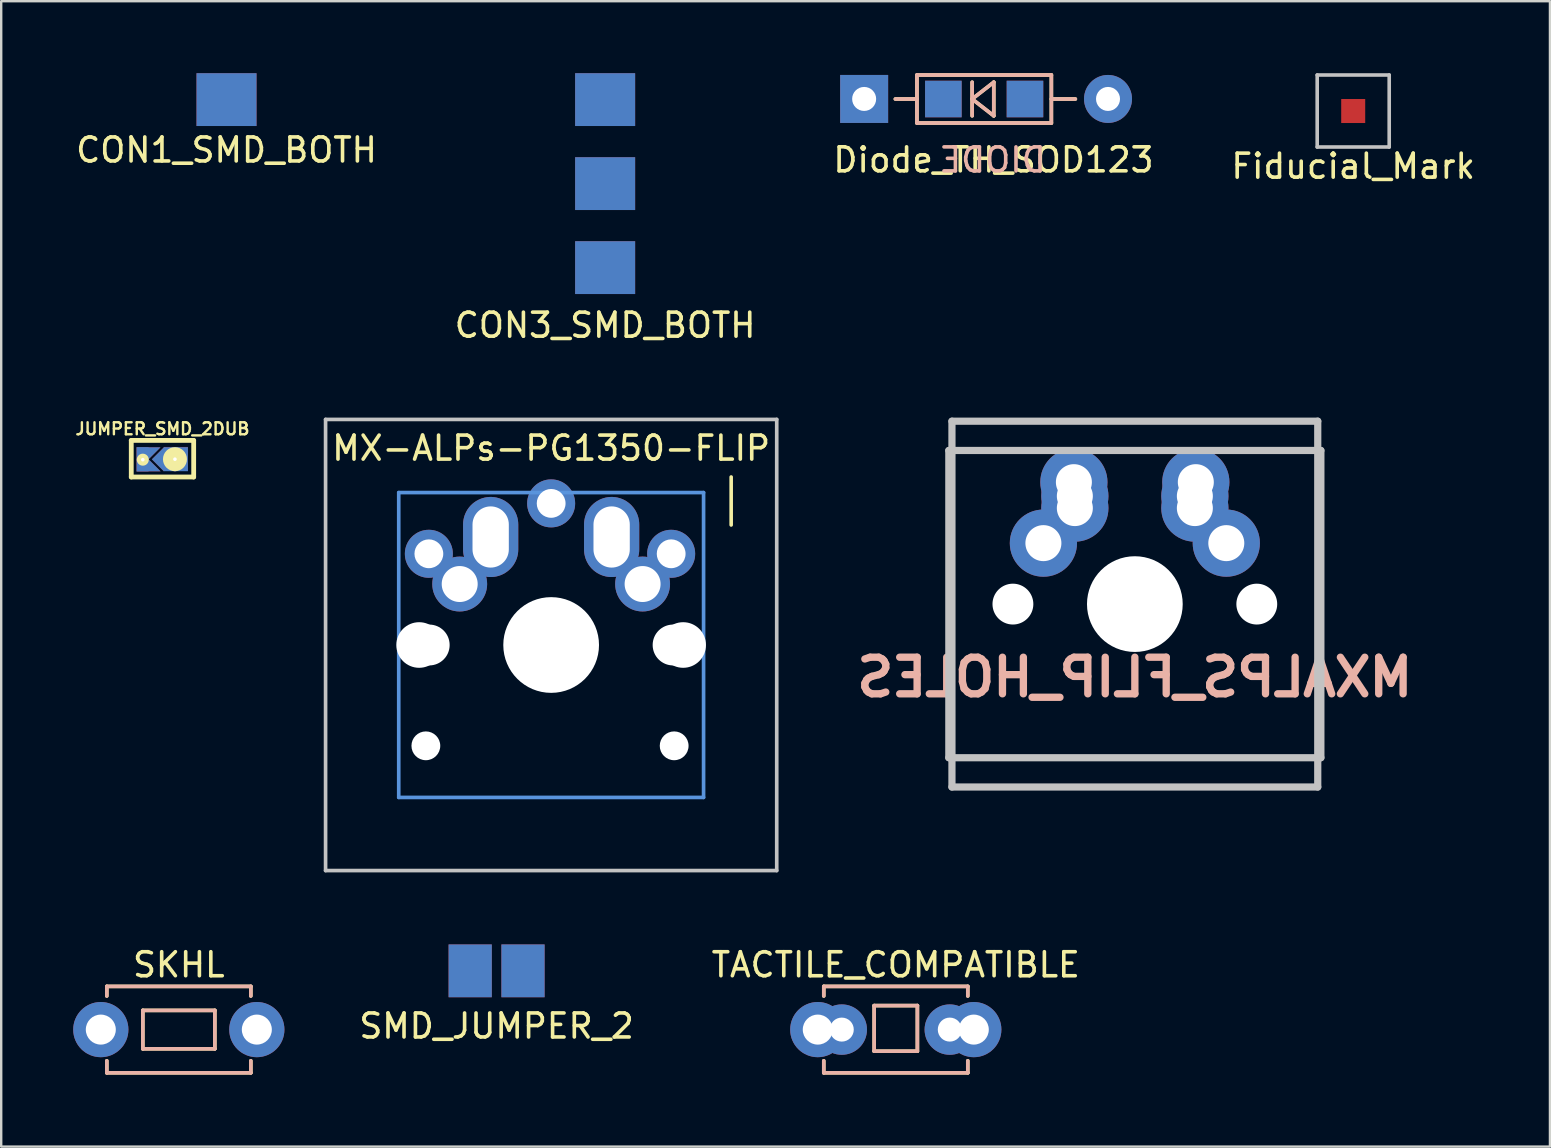
<source format=kicad_pcb>
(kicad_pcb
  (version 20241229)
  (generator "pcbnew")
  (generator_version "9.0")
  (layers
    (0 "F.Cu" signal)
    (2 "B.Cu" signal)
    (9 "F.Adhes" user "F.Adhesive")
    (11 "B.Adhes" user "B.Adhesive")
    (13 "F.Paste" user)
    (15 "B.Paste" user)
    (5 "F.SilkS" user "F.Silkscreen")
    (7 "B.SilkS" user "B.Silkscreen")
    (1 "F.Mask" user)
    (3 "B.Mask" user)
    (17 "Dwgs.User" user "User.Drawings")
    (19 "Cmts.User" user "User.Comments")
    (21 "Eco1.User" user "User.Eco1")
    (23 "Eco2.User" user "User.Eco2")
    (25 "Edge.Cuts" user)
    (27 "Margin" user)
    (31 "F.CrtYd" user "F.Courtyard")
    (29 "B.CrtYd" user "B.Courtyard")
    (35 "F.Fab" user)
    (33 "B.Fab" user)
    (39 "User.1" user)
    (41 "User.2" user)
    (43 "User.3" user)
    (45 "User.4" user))
  (footprint "JUMPER_SMD_2DUB"
    (layer "F.Cu")
    (at 3.719 16.061)
    (property "Reference" "JUMPER_SMD_2DUB" (at 0 -1.245 0) (layer "F.SilkS") (effects (font (size 0.5 0.5) (thickness 0.1))))
    (attr through_hole)
    (fp_line (start -1.3 -0.762) (end 1.3 -0.762) (stroke (width 0.2) (type solid)) (layer "F.SilkS"))
    (fp_line (start -1.3 0.762) (end -1.3 -0.762) (stroke (width 0.2) (type solid)) (layer "F.SilkS"))
    (fp_line (start 1.3 -0.762) (end 1.3 0.762) (stroke (width 0.2) (type solid)) (layer "F.SilkS"))
    (fp_line (start 1.3 0.762) (end -1.3 0.762) (stroke (width 0.2) (type solid)) (layer "F.SilkS"))
    (pad "1" smd rect (at -0.831 0.025 180) (size 0.5 1) (layers "F.Cu" "F.Mask" "F.Paste"))
    (pad "1" smd rect (at -0.831 0.025 180) (size 0.5 1) (layers "F.Mask" "B.Cu" "F.Paste"))
    (pad "1" thru_hole circle (at -0.82 0.04) (size 0.5 0.5) (drill 0.15) (layers "*.Cu" "*.Mask" "F.SilkS"))
    (pad "1" smd trapezoid (at -0.581 -0.225 180) (size 0.5 0.5) (rect_delta 0 0.5) (layers "F.Cu" "F.Mask" "F.Paste"))
    (pad "1" smd trapezoid (at -0.581 -0.225 180) (size 0.5 0.5) (rect_delta 0 0.5) (layers "F.Mask" "B.Cu" "F.Paste"))
    (pad "1" smd trapezoid (at -0.581 0.275) (size 0.5 0.5) (rect_delta 0 0.5) (layers "F.Cu" "F.Mask" "F.Paste"))
    (pad "1" smd trapezoid (at -0.581 0.275) (size 0.5 0.5) (rect_delta 0 0.5) (layers "F.Mask" "B.Cu" "F.Paste"))
    (pad "2" smd rect (at 0.059 0.025 45) (size 0.707 0.707) (layers "F.Cu" "F.Mask" "F.Paste"))
    (pad "2" smd rect (at 0.059 0.025 45) (size 0.707 0.707) (layers "F.Mask" "B.Cu" "F.Paste"))
    (pad "2" thru_hole circle (at 0.52 0.02) (size 1 1) (drill 0.15) (layers "*.Cu" "*.Mask" "F.SilkS"))
    (pad "2" smd rect (at 0.56 0.01) (size 1 1) (layers "F.Cu" "F.Mask" "F.Paste"))
    (pad "2" smd rect (at 0.56 0.02) (size 1 1) (layers "F.Mask" "B.Cu" "F.Paste")))
  (footprint "MX-ALPs-PG1350-FLIP"
    (layer "F.Cu")
    (at 19.912 23.822)
    (property "Reference" "MX-ALPs-PG1350-FLIP" (at 0 -8.2 0) (layer "F.SilkS") (effects (font (size 1 1) (thickness 0.15))))
    (attr through_hole)
    (fp_line (start 7.5 -7) (end 7.5 -5) (stroke (width 0.15) (type solid)) (layer "F.SilkS"))
    (fp_line (start -9.398 -9.398) (end 9.398 -9.398) (stroke (width 0.152) (type solid)) (layer "Dwgs.User"))
    (fp_line (start -9.398 9.398) (end -9.398 -9.398) (stroke (width 0.152) (type solid)) (layer "Dwgs.User"))
    (fp_line (start 9.398 -9.398) (end 9.398 9.398) (stroke (width 0.152) (type solid)) (layer "Dwgs.User"))
    (fp_line (start 9.398 9.398) (end -9.398 9.398) (stroke (width 0.152) (type solid)) (layer "Dwgs.User"))
    (fp_line (start -6.35 -6.35) (end 6.35 -6.35) (stroke (width 0.152) (type solid)) (layer "Cmts.User"))
    (fp_line (start -6.35 6.35) (end -6.35 -6.35) (stroke (width 0.152) (type solid)) (layer "Cmts.User"))
    (fp_line (start 6.35 -6.35) (end 6.35 6.35) (stroke (width 0.152) (type solid)) (layer "Cmts.User"))
    (fp_line (start 6.35 6.35) (end -6.35 6.35) (stroke (width 0.152) (type solid)) (layer "Cmts.User"))
    (fp_line (start -7.5 -7) (end -7.5 -5) (stroke (width 0.15) (type solid)) (layer "Eco1.User"))
    (fp_line (start -7.5 7) (end -7.5 -5) (stroke (width 0.15) (type solid)) (layer "Eco1.User"))
    (fp_line (start -7 -7.5) (end 5 -7.5) (stroke (width 0.15) (type solid)) (layer "Eco1.User"))
    (fp_line (start -7 7.5) (end -5 7.5) (stroke (width 0.15) (type solid)) (layer "Eco1.User"))
    (fp_line (start 7 -7.5) (end 5 -7.5) (stroke (width 0.15) (type solid)) (layer "Eco1.User"))
    (fp_line (start 7 7.5) (end -5 7.5) (stroke (width 0.15) (type solid)) (layer "Eco1.User"))
    (fp_line (start 7.5 7) (end 7.5 -5) (stroke (width 0.15) (type solid)) (layer "Eco1.User"))
    (fp_arc (start -7.5 -7) (mid -7.353553 -7.353553) (end -7 -7.5) (stroke (width 0.15) (type solid)) (layer "Eco1.User"))
    (fp_arc (start -7 7.5) (mid -7.353553 7.353553) (end -7.5 7) (stroke (width 0.15) (type solid)) (layer "Eco1.User"))
    (fp_arc (start 7 -7.5) (mid 7.353553 -7.353553) (end 7.5 -7) (stroke (width 0.15) (type solid)) (layer "Eco1.User"))
    (fp_arc (start 7.5 7) (mid 7.353553 7.353553) (end 7 7.5) (stroke (width 0.15) (type solid)) (layer "Eco1.User"))
    (fp_line (start -7.798 -6.005) (end -6.985 -6.005) (stroke (width 0.152) (type solid)) (layer "Eco2.User"))
    (fp_line (start -7.798 -2.504) (end -7.798 -6.005) (stroke (width 0.152) (type solid)) (layer "Eco2.User"))
    (fp_line (start -7.798 2.504) (end -6.985 2.504) (stroke (width 0.152) (type solid)) (layer "Eco2.User"))
    (fp_line (start -7.798 6.005) (end -7.798 2.504) (stroke (width 0.152) (type solid)) (layer "Eco2.User"))
    (fp_line (start -6.985 -6.985) (end 6.985 -6.985) (stroke (width 0.152) (type solid)) (layer "Eco2.User"))
    (fp_line (start -6.985 -6.005) (end -6.985 -6.985) (stroke (width 0.152) (type solid)) (layer "Eco2.User"))
    (fp_line (start -6.985 -2.504) (end -7.798 -2.504) (stroke (width 0.152) (type solid)) (layer "Eco2.User"))
    (fp_line (start -6.985 2.504) (end -6.985 -2.504) (stroke (width 0.152) (type solid)) (layer "Eco2.User"))
    (fp_line (start -6.985 6.005) (end -7.798 6.005) (stroke (width 0.152) (type solid)) (layer "Eco2.User"))
    (fp_line (start -6.985 6.985) (end -6.985 6.005) (stroke (width 0.152) (type solid)) (layer "Eco2.User"))
    (fp_line (start 6.985 -6.985) (end 6.985 -6.005) (stroke (width 0.152) (type solid)) (layer "Eco2.User"))
    (fp_line (start 6.985 -6.005) (end 7.798 -6.005) (stroke (width 0.152) (type solid)) (layer "Eco2.User"))
    (fp_line (start 6.985 -2.504) (end 6.985 2.504) (stroke (width 0.152) (type solid)) (layer "Eco2.User"))
    (fp_line (start 6.985 2.504) (end 7.798 2.504) (stroke (width 0.152) (type solid)) (layer "Eco2.User"))
    (fp_line (start 6.985 6.005) (end 6.985 6.985) (stroke (width 0.152) (type solid)) (layer "Eco2.User"))
    (fp_line (start 6.985 6.985) (end -6.985 6.985) (stroke (width 0.152) (type solid)) (layer "Eco2.User"))
    (fp_line (start 7.798 -6.005) (end 7.798 -2.504) (stroke (width 0.152) (type solid)) (layer "Eco2.User"))
    (fp_line (start 7.798 -2.504) (end 6.985 -2.504) (stroke (width 0.152) (type solid)) (layer "Eco2.User"))
    (fp_line (start 7.798 2.504) (end 7.798 6.005) (stroke (width 0.152) (type solid)) (layer "Eco2.User"))
    (fp_line (start 7.798 6.005) (end 6.985 6.005) (stroke (width 0.152) (type solid)) (layer "Eco2.User"))
    (pad "" np_thru_hole circle (at -5.5 0 270) (size 1.9 1.9) (drill 1.9) (layers "*.Cu" "*.Mask"))
    (pad "" np_thru_hole circle (at -5.22 4.2 270) (size 1.2 1.2) (drill 1.2) (layers "*.Cu" "*.Mask"))
    (pad "" np_thru_hole circle (at -5.08 0) (size 1.702 1.702) (drill 1.702) (layers "*.Cu" "*.Mask"))
    (pad "" np_thru_hole circle (at 0 0 270) (size 3.4 3.4) (drill 3.4) (layers "*.Cu" "*.Mask"))
    (pad "" np_thru_hole circle (at 0 0) (size 3.988 3.988) (drill 3.988) (layers "*.Cu" "*.Mask"))
    (pad "" np_thru_hole circle (at 5.08 0) (size 1.702 1.702) (drill 1.702) (layers "*.Cu" "*.Mask"))
    (pad "" np_thru_hole circle (at 5.125 4.2 270) (size 1.2 1.2) (drill 1.2) (layers "*.Cu" "*.Mask"))
    (pad "" np_thru_hole circle (at 5.5 0 270) (size 1.9 1.9) (drill 1.9) (layers "*.Cu" "*.Mask"))
    (pad "1" thru_hole circle (at -5.095 -3.8 270) (size 2 2) (drill 1.2) (layers "*.Cu" "*.Mask"))
    (pad "1" thru_hole circle (at -3.81 -2.54) (size 2.286 2.286) (drill 1.499) (layers "*.Cu" "*.Mask"))
    (pad "1" thru_hole oval (at -2.52 -4.5) (size 2.3 3.337) (drill oval 1.513 2.55) (layers "*.Cu" "*.Mask"))
    (pad "2" thru_hole circle (at 0 -5.9 270) (size 2 2) (drill 1.2) (layers "*.Cu" "*.Mask"))
    (pad "2" thru_hole oval (at 2.52 -4.5) (size 2.3 3.337) (drill oval 1.513 2.55) (layers "*.Cu" "*.Mask"))
    (pad "2" thru_hole circle (at 3.81 -2.54) (size 2.286 2.286) (drill 1.499) (layers "*.Cu" "*.Mask"))
    (pad "2" thru_hole circle (at 5 -3.8 270) (size 2 2) (drill 1.2) (layers "*.Cu" "*.Mask")))
  (footprint "CON3_SMD_BOTH"
    (layer "F.Cu")
    (at 22.161 4.6)
    (property "Reference" "CON3_SMD_BOTH" (at 0 5.9 0) (layer "F.SilkS") (effects (font (size 1 1) (thickness 0.15))))
    (attr through_hole)
    (pad "1" smd rect (at 0 -3.5) (size 2.5 2.2) (layers "F.Cu" "F.Mask" "F.Paste"))
    (pad "1" smd rect (at 0 -3.5) (size 2.5 2.2) (layers "B.Cu" "B.Mask" "B.Paste"))
    (pad "2" smd rect (at 0 0) (size 2.5 2.2) (layers "F.Cu" "F.Mask" "F.Paste"))
    (pad "2" smd rect (at 0 0) (size 2.5 2.2) (layers "B.Cu" "B.Mask" "B.Paste"))
    (pad "3" smd rect (at 0 3.5) (size 2.5 2.2) (layers "F.Cu" "F.Mask" "F.Paste"))
    (pad "3" smd rect (at 0 3.5) (size 2.5 2.2) (layers "B.Cu" "B.Mask" "B.Paste")))
  (footprint "TACTILE_COMPATIBLE"
    (layer "F.Cu")
    (at 34.27 39.845)
    (property "Reference" "TACTILE_COMPATIBLE" (at 0 -2.7 0) (layer "F.SilkS") (effects (font (size 1 1) (thickness 0.15))))
    (attr through_hole)
    (fp_line (start -3 -1.8) (end -3 -1.4) (stroke (width 0.15) (type solid)) (layer "F.SilkS"))
    (fp_line (start -3 -1.8) (end 3 -1.8) (stroke (width 0.15) (type solid)) (layer "F.SilkS"))
    (fp_line (start -3 1.8) (end -3 1.3) (stroke (width 0.15) (type solid)) (layer "F.SilkS"))
    (fp_line (start -3 1.8) (end 3 1.8) (stroke (width 0.15) (type solid)) (layer "F.SilkS"))
    (fp_line (start -0.9 -1) (end 0.9 -1) (stroke (width 0.15) (type solid)) (layer "F.SilkS"))
    (fp_line (start -0.9 0.9) (end -0.9 -1) (stroke (width 0.15) (type solid)) (layer "F.SilkS"))
    (fp_line (start 0.9 -1) (end 0.9 0.9) (stroke (width 0.15) (type solid)) (layer "F.SilkS"))
    (fp_line (start 0.9 0.9) (end -0.9 0.9) (stroke (width 0.15) (type solid)) (layer "F.SilkS"))
    (fp_line (start 3 -1.8) (end 3 -1.4) (stroke (width 0.15) (type solid)) (layer "F.SilkS"))
    (fp_line (start 3 1.8) (end 3 1.3) (stroke (width 0.15) (type solid)) (layer "F.SilkS"))
    (fp_line (start -3 -1.8) (end 3 -1.8) (stroke (width 0.15) (type solid)) (layer "B.SilkS"))
    (fp_line (start -3 -1.4) (end -3 -1.8) (stroke (width 0.15) (type solid)) (layer "B.SilkS"))
    (fp_line (start -3 1.8) (end -3 1.3) (stroke (width 0.15) (type solid)) (layer "B.SilkS"))
    (fp_line (start -0.9 -1) (end 0.9 -1) (stroke (width 0.15) (type solid)) (layer "B.SilkS"))
    (fp_line (start -0.9 0.9) (end -0.9 -1) (stroke (width 0.15) (type solid)) (layer "B.SilkS"))
    (fp_line (start 0.9 -1) (end 0.9 0.9) (stroke (width 0.15) (type solid)) (layer "B.SilkS"))
    (fp_line (start 0.9 0.9) (end -0.9 0.9) (stroke (width 0.15) (type solid)) (layer "B.SilkS"))
    (fp_line (start 3 -1.8) (end 3 -1.4) (stroke (width 0.15) (type solid)) (layer "B.SilkS"))
    (fp_line (start 3 1.3) (end 3 1.8) (stroke (width 0.15) (type solid)) (layer "B.SilkS"))
    (fp_line (start 3 1.8) (end -3 1.8) (stroke (width 0.15) (type solid)) (layer "B.SilkS"))
    (pad "1" thru_hole circle (at -3.25 0) (size 2.3 2.3) (drill 1.25) (layers "*.Cu" "*.Mask"))
    (pad "1" thru_hole circle (at -2.25 0) (size 2.1 2.1) (drill 1) (layers "*.Cu" "*.Mask"))
    (pad "2" thru_hole circle (at 2.25 0) (size 2.1 2.1) (drill 1) (layers "*.Cu" "*.Mask"))
    (pad "2" thru_hole circle (at 3.25 0) (size 2.3 2.3) (drill 1.25) (layers "*.Cu" "*.Mask")))
  (footprint "Fiducial_Mark"
    (layer "F.Cu")
    (at 53.327 1.575)
    (property "Reference" "Fiducial_Mark" (at 0 2.3 0) (layer "F.SilkS") (effects (font (size 1 1) (thickness 0.15))))
    (attr through_hole)
    (fp_line (start -1.5 -1.5) (end 1.5 -1.5) (stroke (width 0.15) (type solid)) (layer "Dwgs.User"))
    (fp_line (start -1.5 1.5) (end -1.5 -1.5) (stroke (width 0.15) (type solid)) (layer "Dwgs.User"))
    (fp_line (start 1.5 -1.5) (end 1.5 1.5) (stroke (width 0.15) (type solid)) (layer "Dwgs.User"))
    (fp_line (start 1.5 1.5) (end -1.5 1.5) (stroke (width 0.15) (type solid)) (layer "Dwgs.User"))
    (pad "" smd rect (at 0 0) (size 1 1) (layers "F.Cu" "F.Mask")))
  (footprint "CON1_SMD_BOTH"
    (layer "F.Cu")
    (at 6.387 1.1)
    (property "Reference" "CON1_SMD_BOTH" (at 0 2.1 0) (layer "F.SilkS") (effects (font (size 1 1) (thickness 0.15))))
    (attr through_hole)
    (pad "1" smd rect (at 0 0) (size 2.5 2.2) (layers "F.Cu" "F.Mask" "F.Paste"))
    (pad "1" smd rect (at 0 0) (size 2.5 2.2) (layers "B.Cu" "B.Mask" "B.Paste")))
  (footprint "SKHL"
    (layer "F.Cu")
    (at 4.4 39.845)
    (property "Reference" "SKHL" (at 0 -2.7 0) (layer "F.SilkS") (effects (font (size 1 1) (thickness 0.15))))
    (attr through_hole)
    (fp_line (start -3 -1.8) (end -3 -1.4) (stroke (width 0.15) (type solid)) (layer "F.SilkS"))
    (fp_line (start -3 -1.8) (end 3 -1.8) (stroke (width 0.15) (type solid)) (layer "F.SilkS"))
    (fp_line (start -3 1.8) (end -3 1.3) (stroke (width 0.15) (type solid)) (layer "F.SilkS"))
    (fp_line (start -3 1.8) (end 3 1.8) (stroke (width 0.15) (type solid)) (layer "F.SilkS"))
    (fp_line (start -1.5 -0.8) (end 1.5 -0.8) (stroke (width 0.15) (type solid)) (layer "F.SilkS"))
    (fp_line (start -1.5 0.8) (end -1.5 -0.8) (stroke (width 0.15) (type solid)) (layer "F.SilkS"))
    (fp_line (start 1.5 -0.8) (end 1.5 0.8) (stroke (width 0.15) (type solid)) (layer "F.SilkS"))
    (fp_line (start 1.5 0.8) (end -1.5 0.8) (stroke (width 0.15) (type solid)) (layer "F.SilkS"))
    (fp_line (start 3 -1.8) (end 3 -1.4) (stroke (width 0.15) (type solid)) (layer "F.SilkS"))
    (fp_line (start 3 1.8) (end 3 1.3) (stroke (width 0.15) (type solid)) (layer "F.SilkS"))
    (fp_line (start -3 -1.8) (end 3 -1.8) (stroke (width 0.15) (type solid)) (layer "B.SilkS"))
    (fp_line (start -3 -1.4) (end -3 -1.8) (stroke (width 0.15) (type solid)) (layer "B.SilkS"))
    (fp_line (start -3 1.8) (end -3 1.3) (stroke (width 0.15) (type solid)) (layer "B.SilkS"))
    (fp_line (start -1.5 -0.8) (end 1.5 -0.8) (stroke (width 0.15) (type solid)) (layer "B.SilkS"))
    (fp_line (start -1.5 0.8) (end -1.5 -0.8) (stroke (width 0.15) (type solid)) (layer "B.SilkS"))
    (fp_line (start 1.5 -0.8) (end 1.5 0.8) (stroke (width 0.15) (type solid)) (layer "B.SilkS"))
    (fp_line (start 1.5 0.8) (end -1.5 0.8) (stroke (width 0.15) (type solid)) (layer "B.SilkS"))
    (fp_line (start 3 -1.8) (end 3 -1.4) (stroke (width 0.15) (type solid)) (layer "B.SilkS"))
    (fp_line (start 3 1.3) (end 3 1.8) (stroke (width 0.15) (type solid)) (layer "B.SilkS"))
    (fp_line (start 3 1.8) (end -3 1.8) (stroke (width 0.15) (type solid)) (layer "B.SilkS"))
    (pad "1" thru_hole circle (at -3.25 0) (size 2.3 2.3) (drill 1.25) (layers "*.Cu" "*.Mask"))
    (pad "2" thru_hole circle (at 3.25 0) (size 2.3 2.3) (drill 1.25) (layers "*.Cu" "*.Mask")))
  (footprint "SMD_JUMPER_2"
    (layer "F.Cu")
    (at 17.639 37.397)
    (property "Reference" "SMD_JUMPER_2" (at 0 2.3 0) (layer "F.SilkS") (effects (font (size 1 1) (thickness 0.15))))
    (attr through_hole)
    (pad "1" smd rect (at 1.1 0) (size 1.8 2.2) (layers "F.Cu" "F.Mask" "F.Paste"))
    (pad "2" smd rect (at -1.1 0) (size 1.8 2.2) (layers "F.Cu" "F.Mask" "F.Paste"))
    (pad "2" smd rect (at -1.1 0) (size 1.8 2.2) (layers "B.Cu" "B.Mask" "B.Paste"))
    (pad "3" smd rect (at 1.1 0) (size 1.8 2.2) (layers "B.Cu" "B.Mask" "B.Paste")))
  (footprint "MXALPS_FLIP_HOLES"
    (layer "F.Cu")
    (at 44.23 22.118)
    (property "Reference" "MXALPS_FLIP_HOLES" (at 0 3.048 0) (layer "B.SilkS") (effects (font (size 1.524 1.524) (thickness 0.305)) (justify mirror)))
    (attr through_hole)
    (fp_line (start -7.75 6.4) (end -7.75 -6.4) (stroke (width 0.3) (type solid)) (layer "Dwgs.User"))
    (fp_line (start -7.75 6.4) (end 7.75 6.4) (stroke (width 0.3) (type solid)) (layer "Dwgs.User"))
    (fp_line (start -7.62 -7.62) (end 7.62 -7.62) (stroke (width 0.3) (type solid)) (layer "Dwgs.User"))
    (fp_line (start -7.62 7.62) (end -7.62 -7.62) (stroke (width 0.3) (type solid)) (layer "Dwgs.User"))
    (fp_line (start 7.62 -7.62) (end 7.62 7.62) (stroke (width 0.3) (type solid)) (layer "Dwgs.User"))
    (fp_line (start 7.62 7.62) (end -7.62 7.62) (stroke (width 0.3) (type solid)) (layer "Dwgs.User"))
    (fp_line (start 7.75 -6.4) (end -7.75 -6.4) (stroke (width 0.3) (type solid)) (layer "Dwgs.User"))
    (fp_line (start 7.75 6.4) (end 7.75 -6.4) (stroke (width 0.3) (type solid)) (layer "Dwgs.User"))
    (pad "" np_thru_hole circle (at -5.08 0) (size 1.702 1.702) (drill 1.702) (layers "*.Cu" "*.Mask"))
    (pad "" np_thru_hole circle (at 0 0) (size 3.988 3.988) (drill 3.988) (layers "*.Cu" "*.Mask"))
    (pad "" np_thru_hole circle (at 5.08 0) (size 1.702 1.702) (drill 1.702) (layers "*.Cu" "*.Mask"))
    (pad "1" thru_hole circle (at -3.81 -2.54) (size 2.8 2.8) (drill 1.5) (layers "*.Cu" "*.Mask"))
    (pad "1" thru_hole circle (at -2.54 -5.08) (size 2.8 2.8) (drill 1.5) (layers "*.Cu" "*.Mask"))
    (pad "1" thru_hole circle (at -2.5 -4.5) (size 2.8 2.8) (drill 1.5) (layers "*.Cu" "*.Mask"))
    (pad "1" thru_hole circle (at -2.5 -4) (size 2.8 2.8) (drill 1.5) (layers "*.Cu" "*.Mask"))
    (pad "2" thru_hole circle (at 2.5 -4.5) (size 2.8 2.8) (drill 1.5) (layers "*.Cu" "*.Mask"))
    (pad "2" thru_hole circle (at 2.5 -4) (size 2.8 2.8) (drill 1.5) (layers "*.Cu" "*.Mask"))
    (pad "2" thru_hole circle (at 2.54 -5.08) (size 2.8 2.8) (drill 1.5) (layers "*.Cu" "*.Mask"))
    (pad "2" thru_hole circle (at 3.81 -2.54) (size 2.8 2.8) (drill 1.5) (layers "*.Cu" "*.Mask")))
  (footprint "Diode_TH_SOD123"
    (layer "F.Cu")
    (at 32.952 1.075)
    (property "Reference" "Diode_TH_SOD123" (at 5.387 2.537 0) (layer "F.SilkS") (effects (font (size 1 1) (thickness 0.15))))
    (attr through_hole)
    (fp_line (start 1.3 0) (end 2.2 0) (stroke (width 0.15) (type solid)) (layer "F.SilkS"))
    (fp_line (start 2.2 -1) (end 7.8 -1) (stroke (width 0.15) (type solid)) (layer "F.SilkS"))
    (fp_line (start 2.2 1) (end 2.2 -1) (stroke (width 0.15) (type solid)) (layer "F.SilkS"))
    (fp_line (start 4.5 -0.7) (end 4.5 0.7) (stroke (width 0.15) (type solid)) (layer "F.SilkS"))
    (fp_line (start 4.5 0) (end 5.4 -0.7) (stroke (width 0.15) (type solid)) (layer "F.SilkS"))
    (fp_line (start 5.4 -0.7) (end 5.4 0.7) (stroke (width 0.15) (type solid)) (layer "F.SilkS"))
    (fp_line (start 5.4 0.7) (end 4.5 0) (stroke (width 0.15) (type solid)) (layer "F.SilkS"))
    (fp_line (start 7.8 -1) (end 7.8 1) (stroke (width 0.15) (type solid)) (layer "F.SilkS"))
    (fp_line (start 7.8 0) (end 8.8 0) (stroke (width 0.15) (type solid)) (layer "F.SilkS"))
    (fp_line (start 7.8 1) (end 2.2 1) (stroke (width 0.15) (type solid)) (layer "F.SilkS"))
    (fp_line (start 2.2 -1) (end 7.8 -1) (stroke (width 0.15) (type solid)) (layer "B.SilkS"))
    (fp_line (start 2.2 0) (end 1.3 0) (stroke (width 0.15) (type solid)) (layer "B.SilkS"))
    (fp_line (start 2.2 1) (end 2.2 -1) (stroke (width 0.15) (type solid)) (layer "B.SilkS"))
    (fp_line (start 4.5 -0.7) (end 4.5 0.7) (stroke (width 0.15) (type solid)) (layer "B.SilkS"))
    (fp_line (start 4.5 0) (end 5.4 -0.7) (stroke (width 0.15) (type solid)) (layer "B.SilkS"))
    (fp_line (start 5.4 -0.7) (end 5.4 0.7) (stroke (width 0.15) (type solid)) (layer "B.SilkS"))
    (fp_line (start 5.4 0.7) (end 4.5 0) (stroke (width 0.15) (type solid)) (layer "B.SilkS"))
    (fp_line (start 7.8 -1) (end 7.8 1) (stroke (width 0.15) (type solid)) (layer "B.SilkS"))
    (fp_line (start 7.8 0) (end 8.8 0) (stroke (width 0.15) (type solid)) (layer "B.SilkS"))
    (fp_line (start 7.8 1) (end 2.2 1) (stroke (width 0.15) (type solid)) (layer "B.SilkS"))
    (fp_text user "DIODE" (at 5.35 2.54 0) (layer "B.SilkS") (effects (font (size 1 1) (thickness 0.15)) (justify mirror)))
    (pad "1" thru_hole rect (at 0 -0.003 180) (size 1.999 1.999) (drill 1) (layers "*.Cu" "*.Mask"))
    (pad "1" smd rect (at 3.3 0) (size 1.524 1.524) (layers "F.Cu" "F.Mask" "F.Paste"))
    (pad "1" smd rect (at 3.3 0) (size 1.524 1.524) (layers "B.Cu" "B.Mask" "B.Paste"))
    (pad "2" smd rect (at 6.7 0) (size 1.524 1.524) (layers "F.Cu" "F.Mask" "F.Paste"))
    (pad "2" smd rect (at 6.7 0) (size 1.524 1.524) (layers "B.Cu" "B.Mask" "B.Paste"))
    (pad "2" thru_hole circle (at 10.16 -0.003 180) (size 1.999 1.999) (drill 1) (layers "*.Cu" "*.Mask")))
  (gr_rect
    (start -3 -3)
    (end 61.524 44.72)
    (stroke (width 0.1) (type default))
    (fill no)
    (layer "Edge.Cuts")))
</source>
